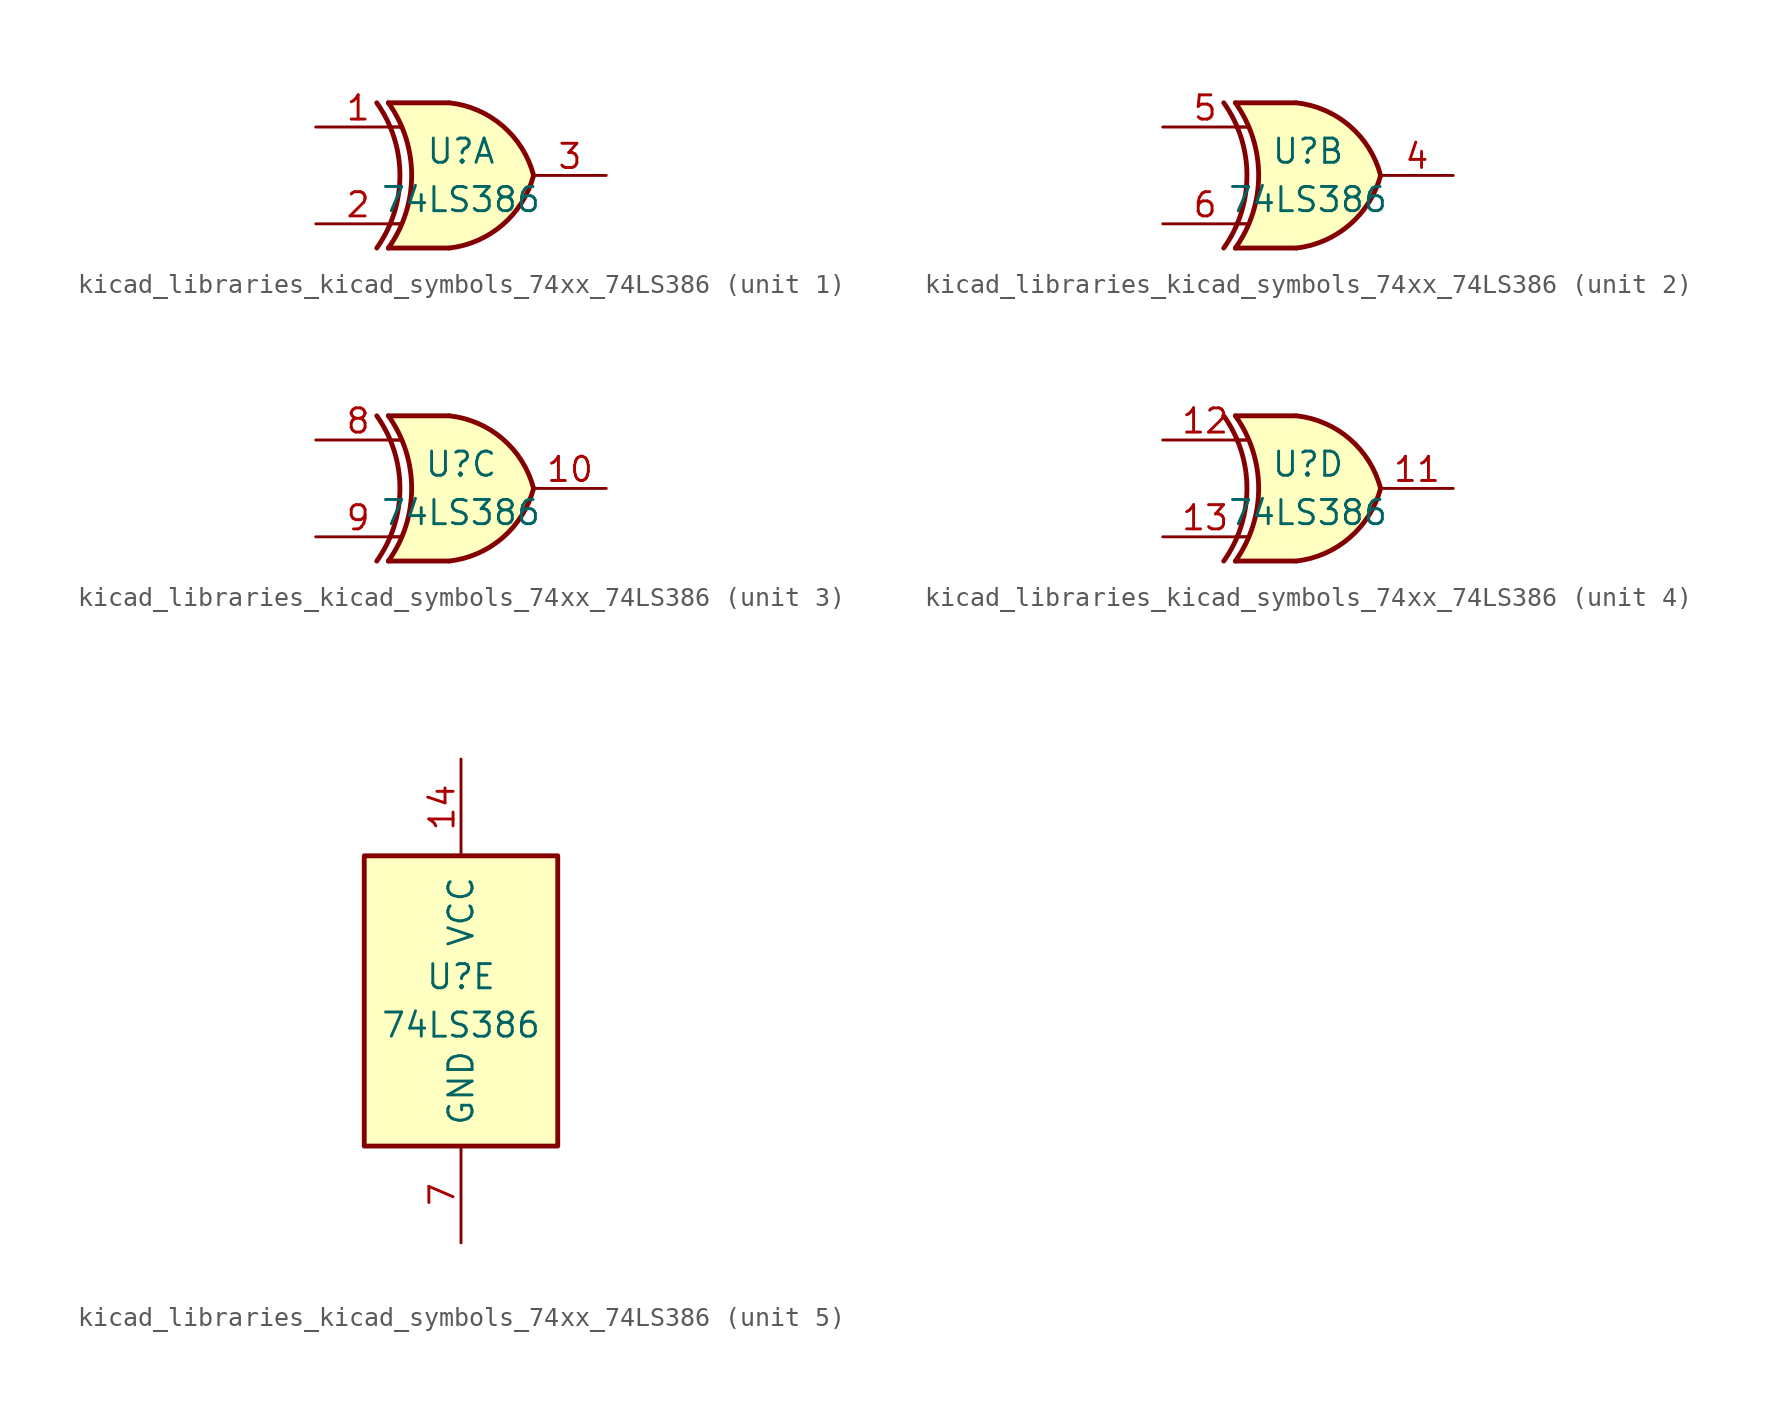
<source format=kicad_sym>
(kicad_symbol_lib
  (version 20220914)
  (generator kicad_symbol_editor)
  (symbol "kicad_libraries_kicad_symbols_74xx_74LS386"
    (pin_names
      (offset 1.016))
    (property "Reference" "U"
      (at 0 1.27 0)
      (effects (font (size 1.27 1.27))))
    (property "Value" "74LS386"
      (at 0 -1.27 0)
      (effects (font (size 1.27 1.27))))
    (property "ki_locked" ""
      (at 0 0 0)
      (effects (font (size 1.27 1.27))))
    (symbol "kicad_libraries_kicad_symbols_74xx_74LS386_1_0"
      (arc (start -4.4196 -3.81) (mid -3.2033 0) (end -4.4196 3.81) (stroke (width 0.254) (type default)) (fill (type none)))
      (arc (start -3.81 -3.81) (mid -2.589 0) (end -3.81 3.81) (stroke (width 0.254) (type default)) (fill (type none)))
      (arc (start -0.6096 -3.81) (mid 2.1842 -2.5851) (end 3.81 0) (stroke (width 0.254) (type default)) (fill (type background)))
      (polyline (pts (xy -3.81 -3.81) (xy -0.635 -3.81)) (stroke (width 0.254) (type default)) (fill (type background)))
      (polyline (pts (xy -3.81 3.81) (xy -0.635 3.81)) (stroke (width 0.254) (type default)) (fill (type background)))
      (polyline (pts (xy -0.635 3.81) (xy -3.81 3.81) (xy -3.81 3.81) (xy -3.556 3.404) (xy -3.023 2.261) (xy -2.692 1.041) (xy -2.616 -0.254) (xy -2.769 -1.499) (xy -3.175 -2.718) (xy -3.81 -3.81) (xy -3.81 -3.81) (xy -0.635 -3.81)) (stroke (width -25.4) (type default)) (fill (type background)))
      (arc (start 3.81 0) (mid 2.1915 2.5936) (end -0.6096 3.81) (stroke (width 0.254) (type default)) (fill (type background)))
      (pin input line (at -7.62 2.54 0) (length 4.445) (name "~" (effects (font (size 1.27 1.27)))) (number "1" (effects (font (size 1.27 1.27)))))
      (pin input line (at -7.62 -2.54 0) (length 4.445) (name "~" (effects (font (size 1.27 1.27)))) (number "2" (effects (font (size 1.27 1.27)))))
      (pin output line (at 7.62 0 180) (length 3.81) (name "~" (effects (font (size 1.27 1.27)))) (number "3" (effects (font (size 1.27 1.27))))))
    (symbol "kicad_libraries_kicad_symbols_74xx_74LS386_1_1"
      (polyline (pts (xy -3.81 -2.54) (xy -3.175 -2.54)) (stroke (width 0.152) (type default)) (fill (type none)))
      (polyline (pts (xy -3.81 2.54) (xy -3.175 2.54)) (stroke (width 0.152) (type default)) (fill (type none))))
    (symbol "kicad_libraries_kicad_symbols_74xx_74LS386_2_0"
      (arc (start -4.4196 -3.81) (mid -3.2033 0) (end -4.4196 3.81) (stroke (width 0.254) (type default)) (fill (type none)))
      (arc (start -3.81 -3.81) (mid -2.589 0) (end -3.81 3.81) (stroke (width 0.254) (type default)) (fill (type none)))
      (arc (start -0.6096 -3.81) (mid 2.1842 -2.5851) (end 3.81 0) (stroke (width 0.254) (type default)) (fill (type background)))
      (polyline (pts (xy -3.81 -3.81) (xy -0.635 -3.81)) (stroke (width 0.254) (type default)) (fill (type background)))
      (polyline (pts (xy -3.81 3.81) (xy -0.635 3.81)) (stroke (width 0.254) (type default)) (fill (type background)))
      (polyline (pts (xy -0.635 3.81) (xy -3.81 3.81) (xy -3.81 3.81) (xy -3.556 3.404) (xy -3.023 2.261) (xy -2.692 1.041) (xy -2.616 -0.254) (xy -2.769 -1.499) (xy -3.175 -2.718) (xy -3.81 -3.81) (xy -3.81 -3.81) (xy -0.635 -3.81)) (stroke (width -25.4) (type default)) (fill (type background)))
      (arc (start 3.81 0) (mid 2.1915 2.5936) (end -0.6096 3.81) (stroke (width 0.254) (type default)) (fill (type background)))
      (pin output line (at 7.62 0 180) (length 3.81) (name "~" (effects (font (size 1.27 1.27)))) (number "4" (effects (font (size 1.27 1.27)))))
      (pin input line (at -7.62 2.54 0) (length 4.445) (name "~" (effects (font (size 1.27 1.27)))) (number "5" (effects (font (size 1.27 1.27)))))
      (pin input line (at -7.62 -2.54 0) (length 4.445) (name "~" (effects (font (size 1.27 1.27)))) (number "6" (effects (font (size 1.27 1.27))))))
    (symbol "kicad_libraries_kicad_symbols_74xx_74LS386_2_1"
      (polyline (pts (xy -3.81 -2.54) (xy -3.175 -2.54)) (stroke (width 0.152) (type default)) (fill (type none)))
      (polyline (pts (xy -3.81 2.54) (xy -3.175 2.54)) (stroke (width 0.152) (type default)) (fill (type none))))
    (symbol "kicad_libraries_kicad_symbols_74xx_74LS386_3_0"
      (arc (start -4.4196 -3.81) (mid -3.2033 0) (end -4.4196 3.81) (stroke (width 0.254) (type default)) (fill (type none)))
      (arc (start -3.81 -3.81) (mid -2.589 0) (end -3.81 3.81) (stroke (width 0.254) (type default)) (fill (type none)))
      (arc (start -0.6096 -3.81) (mid 2.1842 -2.5851) (end 3.81 0) (stroke (width 0.254) (type default)) (fill (type background)))
      (polyline (pts (xy -3.81 -3.81) (xy -0.635 -3.81)) (stroke (width 0.254) (type default)) (fill (type background)))
      (polyline (pts (xy -3.81 3.81) (xy -0.635 3.81)) (stroke (width 0.254) (type default)) (fill (type background)))
      (polyline (pts (xy -0.635 3.81) (xy -3.81 3.81) (xy -3.81 3.81) (xy -3.556 3.404) (xy -3.023 2.261) (xy -2.692 1.041) (xy -2.616 -0.254) (xy -2.769 -1.499) (xy -3.175 -2.718) (xy -3.81 -3.81) (xy -3.81 -3.81) (xy -0.635 -3.81)) (stroke (width -25.4) (type default)) (fill (type background)))
      (arc (start 3.81 0) (mid 2.1915 2.5936) (end -0.6096 3.81) (stroke (width 0.254) (type default)) (fill (type background)))
      (pin output line (at 7.62 0 180) (length 3.81) (name "~" (effects (font (size 1.27 1.27)))) (number "10" (effects (font (size 1.27 1.27)))))
      (pin input line (at -7.62 2.54 0) (length 4.445) (name "~" (effects (font (size 1.27 1.27)))) (number "8" (effects (font (size 1.27 1.27)))))
      (pin input line (at -7.62 -2.54 0) (length 4.445) (name "~" (effects (font (size 1.27 1.27)))) (number "9" (effects (font (size 1.27 1.27))))))
    (symbol "kicad_libraries_kicad_symbols_74xx_74LS386_3_1"
      (polyline (pts (xy -3.81 -2.54) (xy -3.175 -2.54)) (stroke (width 0.152) (type default)) (fill (type none)))
      (polyline (pts (xy -3.81 2.54) (xy -3.175 2.54)) (stroke (width 0.152) (type default)) (fill (type none))))
    (symbol "kicad_libraries_kicad_symbols_74xx_74LS386_4_0"
      (arc (start -4.4196 -3.81) (mid -3.2033 0) (end -4.4196 3.81) (stroke (width 0.254) (type default)) (fill (type none)))
      (arc (start -3.81 -3.81) (mid -2.589 0) (end -3.81 3.81) (stroke (width 0.254) (type default)) (fill (type none)))
      (arc (start -0.6096 -3.81) (mid 2.1842 -2.5851) (end 3.81 0) (stroke (width 0.254) (type default)) (fill (type background)))
      (polyline (pts (xy -3.81 -3.81) (xy -0.635 -3.81)) (stroke (width 0.254) (type default)) (fill (type background)))
      (polyline (pts (xy -3.81 3.81) (xy -0.635 3.81)) (stroke (width 0.254) (type default)) (fill (type background)))
      (polyline (pts (xy -0.635 3.81) (xy -3.81 3.81) (xy -3.81 3.81) (xy -3.556 3.404) (xy -3.023 2.261) (xy -2.692 1.041) (xy -2.616 -0.254) (xy -2.769 -1.499) (xy -3.175 -2.718) (xy -3.81 -3.81) (xy -3.81 -3.81) (xy -0.635 -3.81)) (stroke (width -25.4) (type default)) (fill (type background)))
      (arc (start 3.81 0) (mid 2.1915 2.5936) (end -0.6096 3.81) (stroke (width 0.254) (type default)) (fill (type background)))
      (pin output line (at 7.62 0 180) (length 3.81) (name "~" (effects (font (size 1.27 1.27)))) (number "11" (effects (font (size 1.27 1.27)))))
      (pin input line (at -7.62 2.54 0) (length 4.445) (name "~" (effects (font (size 1.27 1.27)))) (number "12" (effects (font (size 1.27 1.27)))))
      (pin input line (at -7.62 -2.54 0) (length 4.445) (name "~" (effects (font (size 1.27 1.27)))) (number "13" (effects (font (size 1.27 1.27))))))
    (symbol "kicad_libraries_kicad_symbols_74xx_74LS386_4_1"
      (polyline (pts (xy -3.81 -2.54) (xy -3.175 -2.54)) (stroke (width 0.152) (type default)) (fill (type none)))
      (polyline (pts (xy -3.81 2.54) (xy -3.175 2.54)) (stroke (width 0.152) (type default)) (fill (type none))))
    (symbol "kicad_libraries_kicad_symbols_74xx_74LS386_5_0"
      (pin power_in line (at 0 12.7 270) (length 5.08) (name "VCC" (effects (font (size 1.27 1.27)))) (number "14" (effects (font (size 1.27 1.27)))))
      (pin power_in line (at 0 -12.7 90) (length 5.08) (name "GND" (effects (font (size 1.27 1.27)))) (number "7" (effects (font (size 1.27 1.27))))))
    (symbol "kicad_libraries_kicad_symbols_74xx_74LS386_5_1"
      (rectangle (start -5.08 7.62) (end 5.08 -7.62) (stroke (width 0.254) (type default)) (fill (type background))))))
</source>
